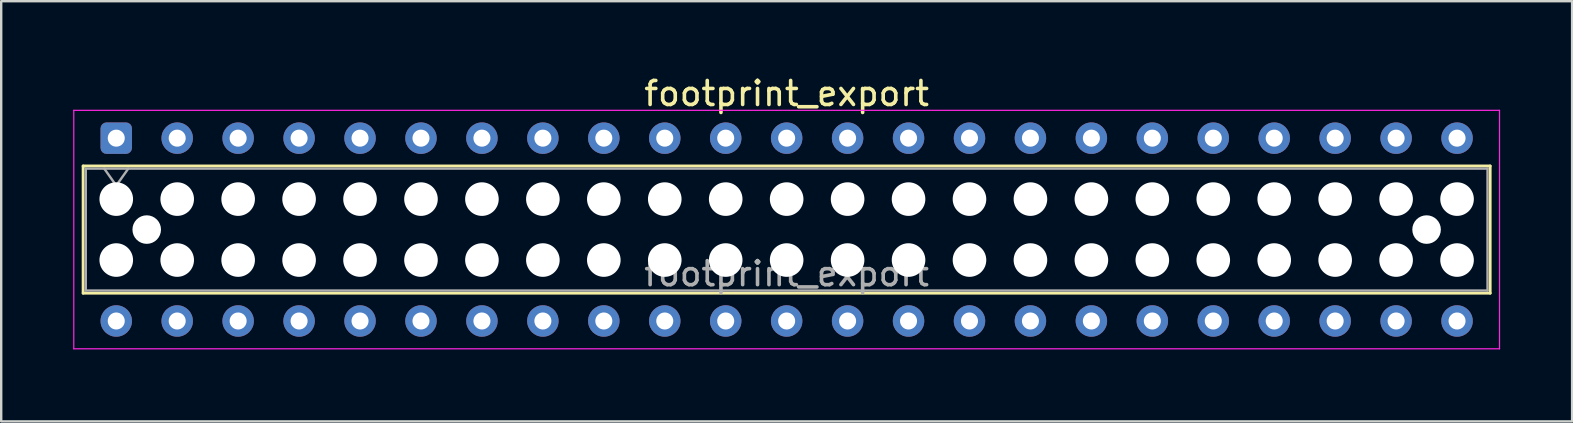
<source format=kicad_pcb>
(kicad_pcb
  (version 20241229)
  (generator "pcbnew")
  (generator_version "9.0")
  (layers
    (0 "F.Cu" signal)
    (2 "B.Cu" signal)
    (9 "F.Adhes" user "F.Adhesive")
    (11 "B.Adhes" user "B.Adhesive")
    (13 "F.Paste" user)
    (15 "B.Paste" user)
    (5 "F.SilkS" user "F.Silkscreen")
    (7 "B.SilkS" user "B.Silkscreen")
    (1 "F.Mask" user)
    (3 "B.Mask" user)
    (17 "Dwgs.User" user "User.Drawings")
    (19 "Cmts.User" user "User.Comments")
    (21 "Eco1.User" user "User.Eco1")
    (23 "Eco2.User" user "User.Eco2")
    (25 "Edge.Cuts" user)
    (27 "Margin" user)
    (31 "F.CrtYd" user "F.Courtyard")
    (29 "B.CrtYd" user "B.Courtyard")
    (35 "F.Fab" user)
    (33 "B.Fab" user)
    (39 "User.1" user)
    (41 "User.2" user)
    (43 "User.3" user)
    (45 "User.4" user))
  (footprint "footprint_export"
    (layer "F.Cu")
    (at 1.795 2.708)
    (property "Reference" "footprint_export" (at 27.94 -1.86 0) (layer "F.SilkS") (effects (font (size 1 1) (thickness 0.15))))
    (attr through_hole)
    (fp_line (start -1.38 1.16) (end 57.26 1.16) (stroke (width 0.12) (type solid)) (layer "F.SilkS"))
    (fp_line (start -1.38 6.46) (end -1.38 1.16) (stroke (width 0.12) (type solid)) (layer "F.SilkS"))
    (fp_line (start 57.26 1.16) (end 57.26 6.46) (stroke (width 0.12) (type solid)) (layer "F.SilkS"))
    (fp_line (start 57.26 6.46) (end -1.38 6.46) (stroke (width 0.12) (type solid)) (layer "F.SilkS"))
    (fp_line (start -1.77 -1.16) (end 57.65 -1.16) (stroke (width 0.05) (type solid)) (layer "F.CrtYd"))
    (fp_line (start -1.77 8.78) (end -1.77 -1.16) (stroke (width 0.05) (type solid)) (layer "F.CrtYd"))
    (fp_line (start 57.65 -1.16) (end 57.65 8.78) (stroke (width 0.05) (type solid)) (layer "F.CrtYd"))
    (fp_line (start 57.65 8.78) (end -1.77 8.78) (stroke (width 0.05) (type solid)) (layer "F.CrtYd"))
    (fp_line (start -1.27 1.27) (end 57.15 1.27) (stroke (width 0.1) (type solid)) (layer "F.Fab"))
    (fp_line (start -1.27 6.35) (end -1.27 1.27) (stroke (width 0.1) (type solid)) (layer "F.Fab"))
    (fp_line (start -0.5 1.27) (end 0 1.977) (stroke (width 0.1) (type solid)) (layer "F.Fab"))
    (fp_line (start 0 1.977) (end 0.5 1.27) (stroke (width 0.1) (type solid)) (layer "F.Fab"))
    (fp_line (start 57.15 1.27) (end 57.15 6.35) (stroke (width 0.1) (type solid)) (layer "F.Fab"))
    (fp_line (start 57.15 6.35) (end -1.27 6.35) (stroke (width 0.1) (type solid)) (layer "F.Fab"))
    (fp_text user "${REFERENCE}" (at 27.94 5.65 0) (layer "F.Fab") (effects (font (size 1 1) (thickness 0.15))))
    (pad "" np_thru_hole circle (at 0 2.54) (size 1.4 1.4) (drill 1.4) (layers "*.Cu" "*.Mask"))
    (pad "" np_thru_hole circle (at 0 5.08) (size 1.4 1.4) (drill 1.4) (layers "*.Cu" "*.Mask"))
    (pad "" np_thru_hole circle (at 1.27 3.81) (size 1.19 1.19) (drill 1.19) (layers "*.Cu" "*.Mask"))
    (pad "" np_thru_hole circle (at 2.54 2.54) (size 1.4 1.4) (drill 1.4) (layers "*.Cu" "*.Mask"))
    (pad "" np_thru_hole circle (at 2.54 5.08) (size 1.4 1.4) (drill 1.4) (layers "*.Cu" "*.Mask"))
    (pad "" np_thru_hole circle (at 5.08 2.54) (size 1.4 1.4) (drill 1.4) (layers "*.Cu" "*.Mask"))
    (pad "" np_thru_hole circle (at 5.08 5.08) (size 1.4 1.4) (drill 1.4) (layers "*.Cu" "*.Mask"))
    (pad "" np_thru_hole circle (at 7.62 2.54) (size 1.4 1.4) (drill 1.4) (layers "*.Cu" "*.Mask"))
    (pad "" np_thru_hole circle (at 7.62 5.08) (size 1.4 1.4) (drill 1.4) (layers "*.Cu" "*.Mask"))
    (pad "" np_thru_hole circle (at 10.16 2.54) (size 1.4 1.4) (drill 1.4) (layers "*.Cu" "*.Mask"))
    (pad "" np_thru_hole circle (at 10.16 5.08) (size 1.4 1.4) (drill 1.4) (layers "*.Cu" "*.Mask"))
    (pad "" np_thru_hole circle (at 12.7 2.54) (size 1.4 1.4) (drill 1.4) (layers "*.Cu" "*.Mask"))
    (pad "" np_thru_hole circle (at 12.7 5.08) (size 1.4 1.4) (drill 1.4) (layers "*.Cu" "*.Mask"))
    (pad "" np_thru_hole circle (at 15.24 2.54) (size 1.4 1.4) (drill 1.4) (layers "*.Cu" "*.Mask"))
    (pad "" np_thru_hole circle (at 15.24 5.08) (size 1.4 1.4) (drill 1.4) (layers "*.Cu" "*.Mask"))
    (pad "" np_thru_hole circle (at 17.78 2.54) (size 1.4 1.4) (drill 1.4) (layers "*.Cu" "*.Mask"))
    (pad "" np_thru_hole circle (at 17.78 5.08) (size 1.4 1.4) (drill 1.4) (layers "*.Cu" "*.Mask"))
    (pad "" np_thru_hole circle (at 20.32 2.54) (size 1.4 1.4) (drill 1.4) (layers "*.Cu" "*.Mask"))
    (pad "" np_thru_hole circle (at 20.32 5.08) (size 1.4 1.4) (drill 1.4) (layers "*.Cu" "*.Mask"))
    (pad "" np_thru_hole circle (at 22.86 2.54) (size 1.4 1.4) (drill 1.4) (layers "*.Cu" "*.Mask"))
    (pad "" np_thru_hole circle (at 22.86 5.08) (size 1.4 1.4) (drill 1.4) (layers "*.Cu" "*.Mask"))
    (pad "" np_thru_hole circle (at 25.4 2.54) (size 1.4 1.4) (drill 1.4) (layers "*.Cu" "*.Mask"))
    (pad "" np_thru_hole circle (at 25.4 5.08) (size 1.4 1.4) (drill 1.4) (layers "*.Cu" "*.Mask"))
    (pad "" np_thru_hole circle (at 27.94 2.54) (size 1.4 1.4) (drill 1.4) (layers "*.Cu" "*.Mask"))
    (pad "" np_thru_hole circle (at 27.94 5.08) (size 1.4 1.4) (drill 1.4) (layers "*.Cu" "*.Mask"))
    (pad "" np_thru_hole circle (at 30.48 2.54) (size 1.4 1.4) (drill 1.4) (layers "*.Cu" "*.Mask"))
    (pad "" np_thru_hole circle (at 30.48 5.08) (size 1.4 1.4) (drill 1.4) (layers "*.Cu" "*.Mask"))
    (pad "" np_thru_hole circle (at 33.02 2.54) (size 1.4 1.4) (drill 1.4) (layers "*.Cu" "*.Mask"))
    (pad "" np_thru_hole circle (at 33.02 5.08) (size 1.4 1.4) (drill 1.4) (layers "*.Cu" "*.Mask"))
    (pad "" np_thru_hole circle (at 35.56 2.54) (size 1.4 1.4) (drill 1.4) (layers "*.Cu" "*.Mask"))
    (pad "" np_thru_hole circle (at 35.56 5.08) (size 1.4 1.4) (drill 1.4) (layers "*.Cu" "*.Mask"))
    (pad "" np_thru_hole circle (at 38.1 2.54) (size 1.4 1.4) (drill 1.4) (layers "*.Cu" "*.Mask"))
    (pad "" np_thru_hole circle (at 38.1 5.08) (size 1.4 1.4) (drill 1.4) (layers "*.Cu" "*.Mask"))
    (pad "" np_thru_hole circle (at 40.64 2.54) (size 1.4 1.4) (drill 1.4) (layers "*.Cu" "*.Mask"))
    (pad "" np_thru_hole circle (at 40.64 5.08) (size 1.4 1.4) (drill 1.4) (layers "*.Cu" "*.Mask"))
    (pad "" np_thru_hole circle (at 43.18 2.54) (size 1.4 1.4) (drill 1.4) (layers "*.Cu" "*.Mask"))
    (pad "" np_thru_hole circle (at 43.18 5.08) (size 1.4 1.4) (drill 1.4) (layers "*.Cu" "*.Mask"))
    (pad "" np_thru_hole circle (at 45.72 2.54) (size 1.4 1.4) (drill 1.4) (layers "*.Cu" "*.Mask"))
    (pad "" np_thru_hole circle (at 45.72 5.08) (size 1.4 1.4) (drill 1.4) (layers "*.Cu" "*.Mask"))
    (pad "" np_thru_hole circle (at 48.26 2.54) (size 1.4 1.4) (drill 1.4) (layers "*.Cu" "*.Mask"))
    (pad "" np_thru_hole circle (at 48.26 5.08) (size 1.4 1.4) (drill 1.4) (layers "*.Cu" "*.Mask"))
    (pad "" np_thru_hole circle (at 50.8 2.54) (size 1.4 1.4) (drill 1.4) (layers "*.Cu" "*.Mask"))
    (pad "" np_thru_hole circle (at 50.8 5.08) (size 1.4 1.4) (drill 1.4) (layers "*.Cu" "*.Mask"))
    (pad "" np_thru_hole circle (at 53.34 2.54) (size 1.4 1.4) (drill 1.4) (layers "*.Cu" "*.Mask"))
    (pad "" np_thru_hole circle (at 53.34 5.08) (size 1.4 1.4) (drill 1.4) (layers "*.Cu" "*.Mask"))
    (pad "" np_thru_hole circle (at 54.61 3.81) (size 1.19 1.19) (drill 1.19) (layers "*.Cu" "*.Mask"))
    (pad "" np_thru_hole circle (at 55.88 2.54) (size 1.4 1.4) (drill 1.4) (layers "*.Cu" "*.Mask"))
    (pad "" np_thru_hole circle (at 55.88 5.08) (size 1.4 1.4) (drill 1.4) (layers "*.Cu" "*.Mask"))
    (pad "1" thru_hole roundrect (at 0 0) (size 1.31 1.31) (drill 0.71) (layers "*.Cu" "*.Mask") (roundrect_rratio 0.191))
    (pad "2" thru_hole circle (at 0 7.62) (size 1.31 1.31) (drill 0.71) (layers "*.Cu" "*.Mask"))
    (pad "3" thru_hole circle (at 2.54 0) (size 1.31 1.31) (drill 0.71) (layers "*.Cu" "*.Mask"))
    (pad "4" thru_hole circle (at 2.54 7.62) (size 1.31 1.31) (drill 0.71) (layers "*.Cu" "*.Mask"))
    (pad "5" thru_hole circle (at 5.08 0) (size 1.31 1.31) (drill 0.71) (layers "*.Cu" "*.Mask"))
    (pad "6" thru_hole circle (at 5.08 7.62) (size 1.31 1.31) (drill 0.71) (layers "*.Cu" "*.Mask"))
    (pad "7" thru_hole circle (at 7.62 0) (size 1.31 1.31) (drill 0.71) (layers "*.Cu" "*.Mask"))
    (pad "8" thru_hole circle (at 7.62 7.62) (size 1.31 1.31) (drill 0.71) (layers "*.Cu" "*.Mask"))
    (pad "9" thru_hole circle (at 10.16 0) (size 1.31 1.31) (drill 0.71) (layers "*.Cu" "*.Mask"))
    (pad "10" thru_hole circle (at 10.16 7.62) (size 1.31 1.31) (drill 0.71) (layers "*.Cu" "*.Mask"))
    (pad "11" thru_hole circle (at 12.7 0) (size 1.31 1.31) (drill 0.71) (layers "*.Cu" "*.Mask"))
    (pad "12" thru_hole circle (at 12.7 7.62) (size 1.31 1.31) (drill 0.71) (layers "*.Cu" "*.Mask"))
    (pad "13" thru_hole circle (at 15.24 0) (size 1.31 1.31) (drill 0.71) (layers "*.Cu" "*.Mask"))
    (pad "14" thru_hole circle (at 15.24 7.62) (size 1.31 1.31) (drill 0.71) (layers "*.Cu" "*.Mask"))
    (pad "15" thru_hole circle (at 17.78 0) (size 1.31 1.31) (drill 0.71) (layers "*.Cu" "*.Mask"))
    (pad "16" thru_hole circle (at 17.78 7.62) (size 1.31 1.31) (drill 0.71) (layers "*.Cu" "*.Mask"))
    (pad "17" thru_hole circle (at 20.32 0) (size 1.31 1.31) (drill 0.71) (layers "*.Cu" "*.Mask"))
    (pad "18" thru_hole circle (at 20.32 7.62) (size 1.31 1.31) (drill 0.71) (layers "*.Cu" "*.Mask"))
    (pad "19" thru_hole circle (at 22.86 0) (size 1.31 1.31) (drill 0.71) (layers "*.Cu" "*.Mask"))
    (pad "20" thru_hole circle (at 22.86 7.62) (size 1.31 1.31) (drill 0.71) (layers "*.Cu" "*.Mask"))
    (pad "21" thru_hole circle (at 25.4 0) (size 1.31 1.31) (drill 0.71) (layers "*.Cu" "*.Mask"))
    (pad "22" thru_hole circle (at 25.4 7.62) (size 1.31 1.31) (drill 0.71) (layers "*.Cu" "*.Mask"))
    (pad "23" thru_hole circle (at 27.94 0) (size 1.31 1.31) (drill 0.71) (layers "*.Cu" "*.Mask"))
    (pad "24" thru_hole circle (at 27.94 7.62) (size 1.31 1.31) (drill 0.71) (layers "*.Cu" "*.Mask"))
    (pad "25" thru_hole circle (at 30.48 0) (size 1.31 1.31) (drill 0.71) (layers "*.Cu" "*.Mask"))
    (pad "26" thru_hole circle (at 30.48 7.62) (size 1.31 1.31) (drill 0.71) (layers "*.Cu" "*.Mask"))
    (pad "27" thru_hole circle (at 33.02 0) (size 1.31 1.31) (drill 0.71) (layers "*.Cu" "*.Mask"))
    (pad "28" thru_hole circle (at 33.02 7.62) (size 1.31 1.31) (drill 0.71) (layers "*.Cu" "*.Mask"))
    (pad "29" thru_hole circle (at 35.56 0) (size 1.31 1.31) (drill 0.71) (layers "*.Cu" "*.Mask"))
    (pad "30" thru_hole circle (at 35.56 7.62) (size 1.31 1.31) (drill 0.71) (layers "*.Cu" "*.Mask"))
    (pad "31" thru_hole circle (at 38.1 0) (size 1.31 1.31) (drill 0.71) (layers "*.Cu" "*.Mask"))
    (pad "32" thru_hole circle (at 38.1 7.62) (size 1.31 1.31) (drill 0.71) (layers "*.Cu" "*.Mask"))
    (pad "33" thru_hole circle (at 40.64 0) (size 1.31 1.31) (drill 0.71) (layers "*.Cu" "*.Mask"))
    (pad "34" thru_hole circle (at 40.64 7.62) (size 1.31 1.31) (drill 0.71) (layers "*.Cu" "*.Mask"))
    (pad "35" thru_hole circle (at 43.18 0) (size 1.31 1.31) (drill 0.71) (layers "*.Cu" "*.Mask"))
    (pad "36" thru_hole circle (at 43.18 7.62) (size 1.31 1.31) (drill 0.71) (layers "*.Cu" "*.Mask"))
    (pad "37" thru_hole circle (at 45.72 0) (size 1.31 1.31) (drill 0.71) (layers "*.Cu" "*.Mask"))
    (pad "38" thru_hole circle (at 45.72 7.62) (size 1.31 1.31) (drill 0.71) (layers "*.Cu" "*.Mask"))
    (pad "39" thru_hole circle (at 48.26 0) (size 1.31 1.31) (drill 0.71) (layers "*.Cu" "*.Mask"))
    (pad "40" thru_hole circle (at 48.26 7.62) (size 1.31 1.31) (drill 0.71) (layers "*.Cu" "*.Mask"))
    (pad "41" thru_hole circle (at 50.8 0) (size 1.31 1.31) (drill 0.71) (layers "*.Cu" "*.Mask"))
    (pad "42" thru_hole circle (at 50.8 7.62) (size 1.31 1.31) (drill 0.71) (layers "*.Cu" "*.Mask"))
    (pad "43" thru_hole circle (at 53.34 0) (size 1.31 1.31) (drill 0.71) (layers "*.Cu" "*.Mask"))
    (pad "44" thru_hole circle (at 53.34 7.62) (size 1.31 1.31) (drill 0.71) (layers "*.Cu" "*.Mask"))
    (pad "45" thru_hole circle (at 55.88 0) (size 1.31 1.31) (drill 0.71) (layers "*.Cu" "*.Mask"))
    (pad "46" thru_hole circle (at 55.88 7.62) (size 1.31 1.31) (drill 0.71) (layers "*.Cu" "*.Mask")))
  (gr_rect
    (start -3 -3)
    (end 62.47 14.513)
    (stroke (width 0.1) (type default))
    (fill no)
    (layer "Edge.Cuts")))
</source>
